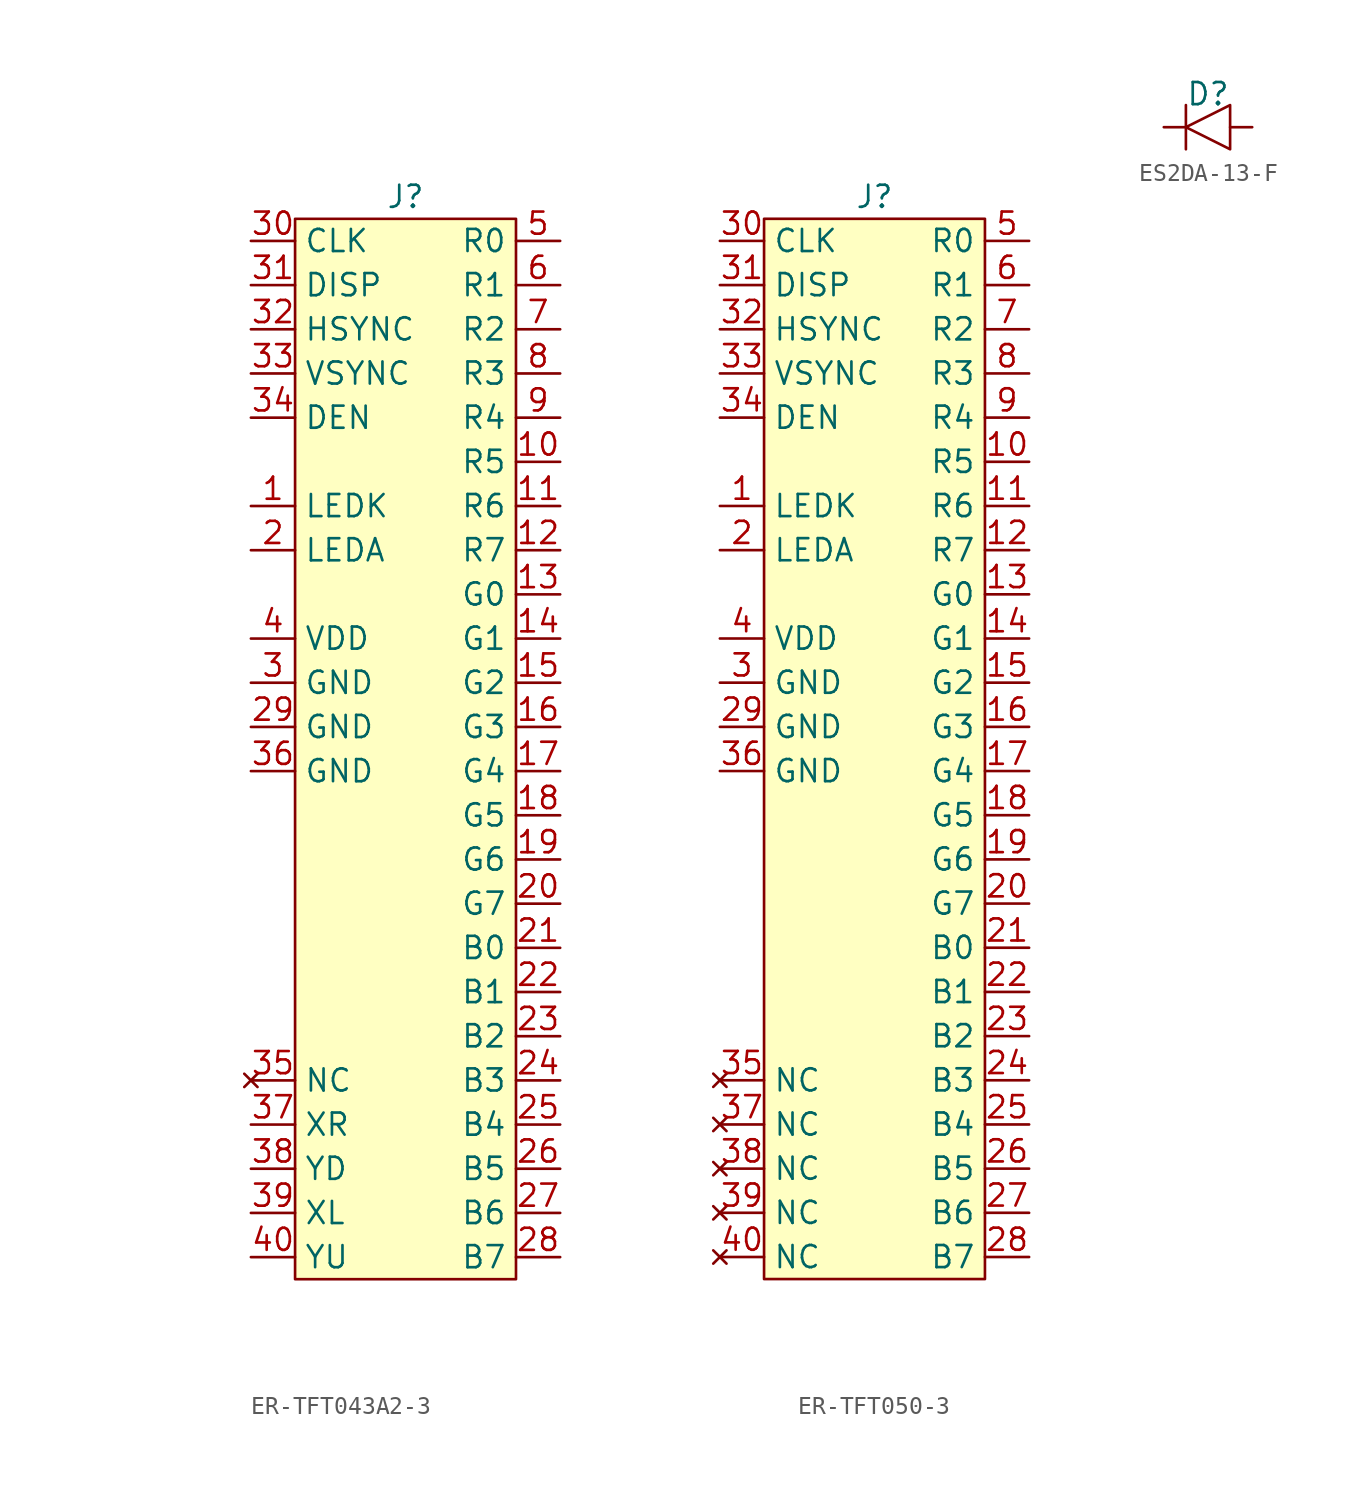
<source format=kicad_sym>
(kicad_symbol_lib
  (version 20220914)
  (generator kicad_symbol_editor)
  (symbol "ER-TFT043A2-3"
    (property "Reference" "J"
      (at 0 31.75 0)
      (effects (font (size 1.27 1.27))))
    (property "Value" ""
      (at -16.51 -7.62 0)
      (effects (font (size 1.27 1.27))))
    (symbol "ER-TFT043A2-3_1_1"
      (rectangle (start -6.35 30.48) (end 6.35 -30.48) (stroke (width 0) (type default)) (fill (type background)))
      (pin power_in line (at -8.89 13.97 0) (length 2.54) (name "LEDK" (effects (font (size 1.27 1.27)))) (number "1" (effects (font (size 1.27 1.27)))))
      (pin bidirectional line (at 8.89 16.51 180) (length 2.54) (name "R5" (effects (font (size 1.27 1.27)))) (number "10" (effects (font (size 1.27 1.27)))))
      (pin bidirectional line (at 8.89 13.97 180) (length 2.54) (name "R6" (effects (font (size 1.27 1.27)))) (number "11" (effects (font (size 1.27 1.27)))))
      (pin bidirectional line (at 8.89 11.43 180) (length 2.54) (name "R7" (effects (font (size 1.27 1.27)))) (number "12" (effects (font (size 1.27 1.27)))))
      (pin bidirectional line (at 8.89 8.89 180) (length 2.54) (name "G0" (effects (font (size 1.27 1.27)))) (number "13" (effects (font (size 1.27 1.27)))))
      (pin bidirectional line (at 8.89 6.35 180) (length 2.54) (name "G1" (effects (font (size 1.27 1.27)))) (number "14" (effects (font (size 1.27 1.27)))))
      (pin bidirectional line (at 8.89 3.81 180) (length 2.54) (name "G2" (effects (font (size 1.27 1.27)))) (number "15" (effects (font (size 1.27 1.27)))))
      (pin bidirectional line (at 8.89 1.27 180) (length 2.54) (name "G3" (effects (font (size 1.27 1.27)))) (number "16" (effects (font (size 1.27 1.27)))))
      (pin bidirectional line (at 8.89 -1.27 180) (length 2.54) (name "G4" (effects (font (size 1.27 1.27)))) (number "17" (effects (font (size 1.27 1.27)))))
      (pin bidirectional line (at 8.89 -3.81 180) (length 2.54) (name "G5" (effects (font (size 1.27 1.27)))) (number "18" (effects (font (size 1.27 1.27)))))
      (pin bidirectional line (at 8.89 -6.35 180) (length 2.54) (name "G6" (effects (font (size 1.27 1.27)))) (number "19" (effects (font (size 1.27 1.27)))))
      (pin power_in line (at -8.89 11.43 0) (length 2.54) (name "LEDA" (effects (font (size 1.27 1.27)))) (number "2" (effects (font (size 1.27 1.27)))))
      (pin bidirectional line (at 8.89 -8.89 180) (length 2.54) (name "G7" (effects (font (size 1.27 1.27)))) (number "20" (effects (font (size 1.27 1.27)))))
      (pin bidirectional line (at 8.89 -11.43 180) (length 2.54) (name "B0" (effects (font (size 1.27 1.27)))) (number "21" (effects (font (size 1.27 1.27)))))
      (pin bidirectional line (at 8.89 -13.97 180) (length 2.54) (name "B1" (effects (font (size 1.27 1.27)))) (number "22" (effects (font (size 1.27 1.27)))))
      (pin bidirectional line (at 8.89 -16.51 180) (length 2.54) (name "B2" (effects (font (size 1.27 1.27)))) (number "23" (effects (font (size 1.27 1.27)))))
      (pin bidirectional line (at 8.89 -19.05 180) (length 2.54) (name "B3" (effects (font (size 1.27 1.27)))) (number "24" (effects (font (size 1.27 1.27)))))
      (pin bidirectional line (at 8.89 -21.59 180) (length 2.54) (name "B4" (effects (font (size 1.27 1.27)))) (number "25" (effects (font (size 1.27 1.27)))))
      (pin bidirectional line (at 8.89 -24.13 180) (length 2.54) (name "B5" (effects (font (size 1.27 1.27)))) (number "26" (effects (font (size 1.27 1.27)))))
      (pin bidirectional line (at 8.89 -26.67 180) (length 2.54) (name "B6" (effects (font (size 1.27 1.27)))) (number "27" (effects (font (size 1.27 1.27)))))
      (pin bidirectional line (at 8.89 -29.21 180) (length 2.54) (name "B7" (effects (font (size 1.27 1.27)))) (number "28" (effects (font (size 1.27 1.27)))))
      (pin power_in line (at -8.89 1.27 0) (length 2.54) (name "GND" (effects (font (size 1.27 1.27)))) (number "29" (effects (font (size 1.27 1.27)))))
      (pin power_in line (at -8.89 3.81 0) (length 2.54) (name "GND" (effects (font (size 1.27 1.27)))) (number "3" (effects (font (size 1.27 1.27)))))
      (pin bidirectional line (at -8.89 29.21 0) (length 2.54) (name "CLK" (effects (font (size 1.27 1.27)))) (number "30" (effects (font (size 1.27 1.27)))))
      (pin bidirectional line (at -8.89 26.67 0) (length 2.54) (name "DISP" (effects (font (size 1.27 1.27)))) (number "31" (effects (font (size 1.27 1.27)))))
      (pin bidirectional line (at -8.89 24.13 0) (length 2.54) (name "HSYNC" (effects (font (size 1.27 1.27)))) (number "32" (effects (font (size 1.27 1.27)))))
      (pin bidirectional line (at -8.89 21.59 0) (length 2.54) (name "VSYNC" (effects (font (size 1.27 1.27)))) (number "33" (effects (font (size 1.27 1.27)))))
      (pin bidirectional line (at -8.89 19.05 0) (length 2.54) (name "DEN" (effects (font (size 1.27 1.27)))) (number "34" (effects (font (size 1.27 1.27)))))
      (pin no_connect line (at -8.89 -19.05 0) (length 2.54) (name "NC" (effects (font (size 1.27 1.27)))) (number "35" (effects (font (size 1.27 1.27)))))
      (pin power_in line (at -8.89 -1.27 0) (length 2.54) (name "GND" (effects (font (size 1.27 1.27)))) (number "36" (effects (font (size 1.27 1.27)))))
      (pin passive line (at -8.89 -21.59 0) (length 2.54) (name "XR" (effects (font (size 1.27 1.27)))) (number "37" (effects (font (size 1.27 1.27)))))
      (pin passive line (at -8.89 -24.13 0) (length 2.54) (name "YD" (effects (font (size 1.27 1.27)))) (number "38" (effects (font (size 1.27 1.27)))))
      (pin passive line (at -8.89 -26.67 0) (length 2.54) (name "XL" (effects (font (size 1.27 1.27)))) (number "39" (effects (font (size 1.27 1.27)))))
      (pin power_in line (at -8.89 6.35 0) (length 2.54) (name "VDD" (effects (font (size 1.27 1.27)))) (number "4" (effects (font (size 1.27 1.27)))))
      (pin passive line (at -8.89 -29.21 0) (length 2.54) (name "YU" (effects (font (size 1.27 1.27)))) (number "40" (effects (font (size 1.27 1.27)))))
      (pin bidirectional line (at 8.89 29.21 180) (length 2.54) (name "R0" (effects (font (size 1.27 1.27)))) (number "5" (effects (font (size 1.27 1.27)))))
      (pin bidirectional line (at 8.89 26.67 180) (length 2.54) (name "R1" (effects (font (size 1.27 1.27)))) (number "6" (effects (font (size 1.27 1.27)))))
      (pin bidirectional line (at 8.89 24.13 180) (length 2.54) (name "R2" (effects (font (size 1.27 1.27)))) (number "7" (effects (font (size 1.27 1.27)))))
      (pin bidirectional line (at 8.89 21.59 180) (length 2.54) (name "R3" (effects (font (size 1.27 1.27)))) (number "8" (effects (font (size 1.27 1.27)))))
      (pin bidirectional line (at 8.89 19.05 180) (length 2.54) (name "R4" (effects (font (size 1.27 1.27)))) (number "9" (effects (font (size 1.27 1.27)))))))
  (symbol "ER-TFT050-3"
    (property "Reference" "J"
      (at 0 31.75 0)
      (effects (font (size 1.27 1.27))))
    (property "Value" ""
      (at -8.89 31.75 0)
      (effects (font (size 1.27 1.27))))
    (symbol "ER-TFT050-3_1_1"
      (rectangle (start -6.35 30.48) (end 6.35 -30.48) (stroke (width 0) (type default)) (fill (type background)))
      (pin power_in line (at -8.89 13.97 0) (length 2.54) (name "LEDK" (effects (font (size 1.27 1.27)))) (number "1" (effects (font (size 1.27 1.27)))))
      (pin bidirectional line (at 8.89 16.51 180) (length 2.54) (name "R5" (effects (font (size 1.27 1.27)))) (number "10" (effects (font (size 1.27 1.27)))))
      (pin bidirectional line (at 8.89 13.97 180) (length 2.54) (name "R6" (effects (font (size 1.27 1.27)))) (number "11" (effects (font (size 1.27 1.27)))))
      (pin bidirectional line (at 8.89 11.43 180) (length 2.54) (name "R7" (effects (font (size 1.27 1.27)))) (number "12" (effects (font (size 1.27 1.27)))))
      (pin bidirectional line (at 8.89 8.89 180) (length 2.54) (name "G0" (effects (font (size 1.27 1.27)))) (number "13" (effects (font (size 1.27 1.27)))))
      (pin bidirectional line (at 8.89 6.35 180) (length 2.54) (name "G1" (effects (font (size 1.27 1.27)))) (number "14" (effects (font (size 1.27 1.27)))))
      (pin bidirectional line (at 8.89 3.81 180) (length 2.54) (name "G2" (effects (font (size 1.27 1.27)))) (number "15" (effects (font (size 1.27 1.27)))))
      (pin bidirectional line (at 8.89 1.27 180) (length 2.54) (name "G3" (effects (font (size 1.27 1.27)))) (number "16" (effects (font (size 1.27 1.27)))))
      (pin bidirectional line (at 8.89 -1.27 180) (length 2.54) (name "G4" (effects (font (size 1.27 1.27)))) (number "17" (effects (font (size 1.27 1.27)))))
      (pin bidirectional line (at 8.89 -3.81 180) (length 2.54) (name "G5" (effects (font (size 1.27 1.27)))) (number "18" (effects (font (size 1.27 1.27)))))
      (pin bidirectional line (at 8.89 -6.35 180) (length 2.54) (name "G6" (effects (font (size 1.27 1.27)))) (number "19" (effects (font (size 1.27 1.27)))))
      (pin power_in line (at -8.89 11.43 0) (length 2.54) (name "LEDA" (effects (font (size 1.27 1.27)))) (number "2" (effects (font (size 1.27 1.27)))))
      (pin bidirectional line (at 8.89 -8.89 180) (length 2.54) (name "G7" (effects (font (size 1.27 1.27)))) (number "20" (effects (font (size 1.27 1.27)))))
      (pin bidirectional line (at 8.89 -11.43 180) (length 2.54) (name "B0" (effects (font (size 1.27 1.27)))) (number "21" (effects (font (size 1.27 1.27)))))
      (pin bidirectional line (at 8.89 -13.97 180) (length 2.54) (name "B1" (effects (font (size 1.27 1.27)))) (number "22" (effects (font (size 1.27 1.27)))))
      (pin bidirectional line (at 8.89 -16.51 180) (length 2.54) (name "B2" (effects (font (size 1.27 1.27)))) (number "23" (effects (font (size 1.27 1.27)))))
      (pin bidirectional line (at 8.89 -19.05 180) (length 2.54) (name "B3" (effects (font (size 1.27 1.27)))) (number "24" (effects (font (size 1.27 1.27)))))
      (pin bidirectional line (at 8.89 -21.59 180) (length 2.54) (name "B4" (effects (font (size 1.27 1.27)))) (number "25" (effects (font (size 1.27 1.27)))))
      (pin bidirectional line (at 8.89 -24.13 180) (length 2.54) (name "B5" (effects (font (size 1.27 1.27)))) (number "26" (effects (font (size 1.27 1.27)))))
      (pin bidirectional line (at 8.89 -26.67 180) (length 2.54) (name "B6" (effects (font (size 1.27 1.27)))) (number "27" (effects (font (size 1.27 1.27)))))
      (pin bidirectional line (at 8.89 -29.21 180) (length 2.54) (name "B7" (effects (font (size 1.27 1.27)))) (number "28" (effects (font (size 1.27 1.27)))))
      (pin power_in line (at -8.89 1.27 0) (length 2.54) (name "GND" (effects (font (size 1.27 1.27)))) (number "29" (effects (font (size 1.27 1.27)))))
      (pin power_in line (at -8.89 3.81 0) (length 2.54) (name "GND" (effects (font (size 1.27 1.27)))) (number "3" (effects (font (size 1.27 1.27)))))
      (pin bidirectional line (at -8.89 29.21 0) (length 2.54) (name "CLK" (effects (font (size 1.27 1.27)))) (number "30" (effects (font (size 1.27 1.27)))))
      (pin bidirectional line (at -8.89 26.67 0) (length 2.54) (name "DISP" (effects (font (size 1.27 1.27)))) (number "31" (effects (font (size 1.27 1.27)))))
      (pin bidirectional line (at -8.89 24.13 0) (length 2.54) (name "HSYNC" (effects (font (size 1.27 1.27)))) (number "32" (effects (font (size 1.27 1.27)))))
      (pin bidirectional line (at -8.89 21.59 0) (length 2.54) (name "VSYNC" (effects (font (size 1.27 1.27)))) (number "33" (effects (font (size 1.27 1.27)))))
      (pin bidirectional line (at -8.89 19.05 0) (length 2.54) (name "DEN" (effects (font (size 1.27 1.27)))) (number "34" (effects (font (size 1.27 1.27)))))
      (pin no_connect line (at -8.89 -19.05 0) (length 2.54) (name "NC" (effects (font (size 1.27 1.27)))) (number "35" (effects (font (size 1.27 1.27)))))
      (pin power_in line (at -8.89 -1.27 0) (length 2.54) (name "GND" (effects (font (size 1.27 1.27)))) (number "36" (effects (font (size 1.27 1.27)))))
      (pin no_connect line (at -8.89 -21.59 0) (length 2.54) (name "NC" (effects (font (size 1.27 1.27)))) (number "37" (effects (font (size 1.27 1.27)))))
      (pin no_connect line (at -8.89 -24.13 0) (length 2.54) (name "NC" (effects (font (size 1.27 1.27)))) (number "38" (effects (font (size 1.27 1.27)))))
      (pin no_connect line (at -8.89 -26.67 0) (length 2.54) (name "NC" (effects (font (size 1.27 1.27)))) (number "39" (effects (font (size 1.27 1.27)))))
      (pin power_in line (at -8.89 6.35 0) (length 2.54) (name "VDD" (effects (font (size 1.27 1.27)))) (number "4" (effects (font (size 1.27 1.27)))))
      (pin no_connect line (at -8.89 -29.21 0) (length 2.54) (name "NC" (effects (font (size 1.27 1.27)))) (number "40" (effects (font (size 1.27 1.27)))))
      (pin bidirectional line (at 8.89 29.21 180) (length 2.54) (name "R0" (effects (font (size 1.27 1.27)))) (number "5" (effects (font (size 1.27 1.27)))))
      (pin bidirectional line (at 8.89 26.67 180) (length 2.54) (name "R1" (effects (font (size 1.27 1.27)))) (number "6" (effects (font (size 1.27 1.27)))))
      (pin bidirectional line (at 8.89 24.13 180) (length 2.54) (name "R2" (effects (font (size 1.27 1.27)))) (number "7" (effects (font (size 1.27 1.27)))))
      (pin bidirectional line (at 8.89 21.59 180) (length 2.54) (name "R3" (effects (font (size 1.27 1.27)))) (number "8" (effects (font (size 1.27 1.27)))))
      (pin bidirectional line (at 8.89 19.05 180) (length 2.54) (name "R4" (effects (font (size 1.27 1.27)))) (number "9" (effects (font (size 1.27 1.27)))))))
  (symbol "ES2DA-13-F"
    (pin_numbers hide)
    (pin_names hide)
    (property "Reference" "D"
      (at 0 1.905 0)
      (effects (font (size 1.27 1.27))))
    (property "Value" ""
      (at 0 0 0)
      (effects (font (size 1.27 1.27))))
    (symbol "ES2DA-13-F_0_1"
      (polyline (pts (xy -1.27 1.27) (xy -1.27 -1.27)) (stroke (width 0) (type default)) (fill (type none)))
      (polyline (pts (xy 1.27 1.27) (xy -1.27 0) (xy 1.27 -1.27) (xy 1.27 1.27)) (stroke (width 0) (type default)) (fill (type none))))
    (symbol "ES2DA-13-F_1_1"
      (pin input line (at 2.54 0 180) (length 1.27) (name "" (effects (font (size 1.27 1.27)))) (number "1" (effects (font (size 1.27 1.27)))))
      (pin input line (at -2.54 0 0) (length 1.27) (name "" (effects (font (size 1.27 1.27)))) (number "2" (effects (font (size 1.27 1.27))))))))
</source>
